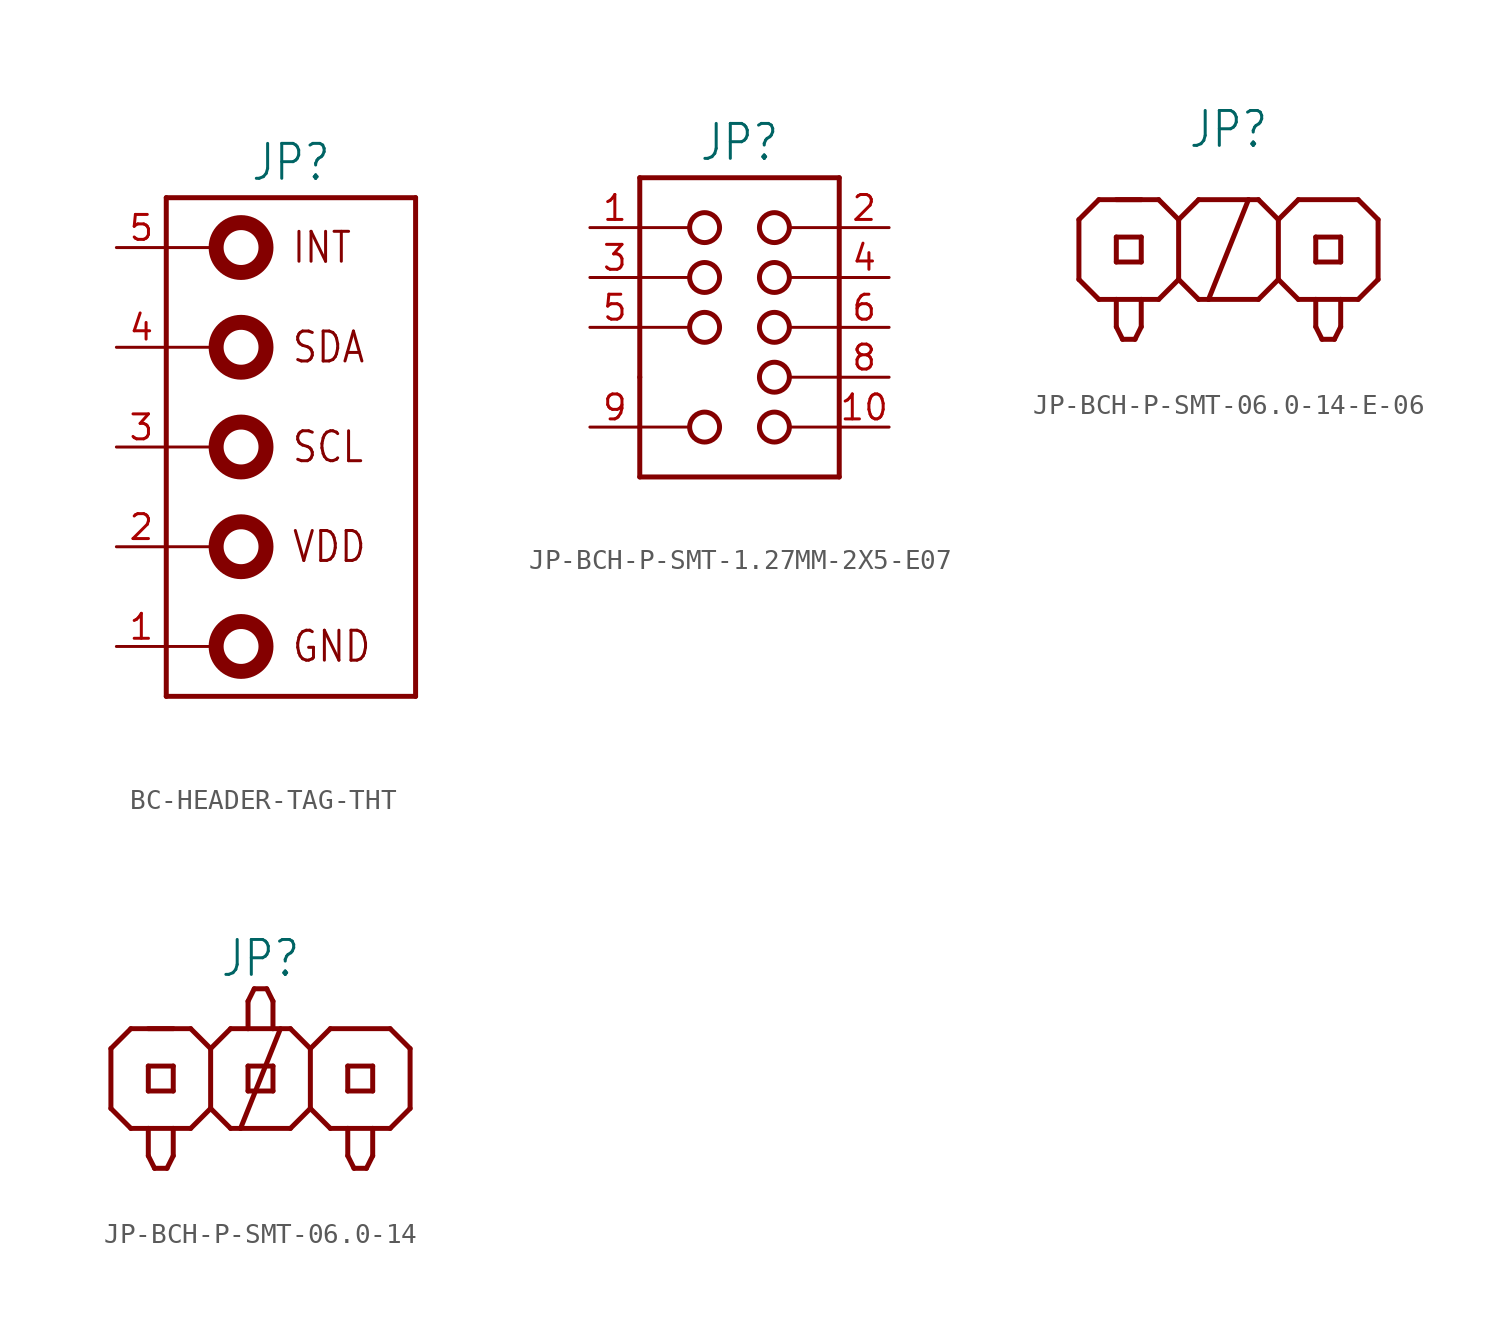
<source format=kicad_sym>
(kicad_symbol_lib
  (version 20231120)
  (generator "kicad_symbol_editor")
  (generator_version "8.0")
  (symbol "BC-HEADER-TAG-THT"
    (property "Reference" "JP"
      (at -1.27 13.462 0)
      (effects (font (size 1.778 1.511)) (justify bottom)))
    (property "Value" ""
      (at -1.27 -13.462 0)
      (effects (font (size 1.778 1.511)) (justify top)))
    (property "ki_locked" ""
      (at 0 0 0)
      (effects (font (size 1.27 1.27))))
    (symbol "BC-HEADER-TAG-THT_1_0"
      (circle (center -3.81 -10.16) (radius 1.27) (stroke (width 0.762) (type solid)) (fill (type none)))
      (circle (center -3.81 -5.08) (radius 1.27) (stroke (width 0.762) (type solid)) (fill (type none)))
      (circle (center -3.81 0) (radius 1.27) (stroke (width 0.762) (type solid)) (fill (type none)))
      (circle (center -3.81 5.08) (radius 1.27) (stroke (width 0.762) (type solid)) (fill (type none)))
      (circle (center -3.81 10.16) (radius 1.27) (stroke (width 0.762) (type solid)) (fill (type none)))
      (polyline (pts (xy -7.62 -12.7) (xy 5.08 -12.7)) (stroke (width 0.254) (type solid)) (fill (type none)))
      (polyline (pts (xy -7.62 -10.16) (xy -5.08 -10.16)) (stroke (width 0.152) (type solid)) (fill (type none)))
      (polyline (pts (xy -7.62 -5.08) (xy -5.08 -5.08)) (stroke (width 0.152) (type solid)) (fill (type none)))
      (polyline (pts (xy -7.62 0) (xy -5.08 0)) (stroke (width 0.152) (type solid)) (fill (type none)))
      (polyline (pts (xy -7.62 5.08) (xy -5.08 5.08)) (stroke (width 0.152) (type solid)) (fill (type none)))
      (polyline (pts (xy -7.62 10.16) (xy -5.08 10.16)) (stroke (width 0.152) (type solid)) (fill (type none)))
      (polyline (pts (xy -7.62 12.7) (xy -7.62 -12.7)) (stroke (width 0.254) (type solid)) (fill (type none)))
      (polyline (pts (xy 5.08 -12.7) (xy 5.08 12.7)) (stroke (width 0.254) (type solid)) (fill (type none)))
      (polyline (pts (xy 5.08 12.7) (xy -7.62 12.7)) (stroke (width 0.254) (type solid)) (fill (type none)))
      (text "GND" (at -1.27 -10.16 0) (effects (font (size 1.524 1.295)) (justify left)))
      (text "INT" (at -1.27 10.16 0) (effects (font (size 1.524 1.295)) (justify left)))
      (text "SCL" (at -1.27 0 0) (effects (font (size 1.524 1.295)) (justify left)))
      (text "SDA" (at -1.27 5.08 0) (effects (font (size 1.524 1.295)) (justify left)))
      (text "VDD" (at -1.27 -5.08 0) (effects (font (size 1.524 1.295)) (justify left)))
      (pin passive line (at -10.16 -10.16 0) (length 2.54) (name "GND" (effects (font (size 0 0)))) (number "1" (effects (font (size 1.27 1.27)))))
      (pin passive line (at -10.16 -5.08 0) (length 2.54) (name "VDD" (effects (font (size 0 0)))) (number "2" (effects (font (size 1.27 1.27)))))
      (pin passive line (at -10.16 0 0) (length 2.54) (name "SCL" (effects (font (size 0 0)))) (number "3" (effects (font (size 1.27 1.27)))))
      (pin passive line (at -10.16 5.08 0) (length 2.54) (name "SDA" (effects (font (size 0 0)))) (number "4" (effects (font (size 1.27 1.27)))))
      (pin passive line (at -10.16 10.16 0) (length 2.54) (name "INT" (effects (font (size 0 0)))) (number "5" (effects (font (size 1.27 1.27)))))))
  (symbol "JP-BCH-P-SMT-1.27MM-2X5-E07"
    (property "Reference" "JP"
      (at 0 8.382 0)
      (effects (font (size 1.778 1.511)) (justify bottom)))
    (property "Value" ""
      (at 0 -8.382 0)
      (effects (font (size 1.778 1.511)) (justify top)))
    (property "ki_locked" ""
      (at 0 0 0)
      (effects (font (size 1.27 1.27))))
    (symbol "JP-BCH-P-SMT-1.27MM-2X5-E07_1_0"
      (circle (center -1.778 -5.08) (radius 0.762) (stroke (width 0.254) (type solid)) (fill (type none)))
      (circle (center -1.778 0) (radius 0.762) (stroke (width 0.254) (type solid)) (fill (type none)))
      (circle (center -1.778 2.54) (radius 0.762) (stroke (width 0.254) (type solid)) (fill (type none)))
      (circle (center -1.778 5.08) (radius 0.762) (stroke (width 0.254) (type solid)) (fill (type none)))
      (polyline (pts (xy -5.08 -7.62) (xy -5.08 -5.08)) (stroke (width 0.254) (type solid)) (fill (type none)))
      (polyline (pts (xy -5.08 -5.08) (xy -5.08 -2.54)) (stroke (width 0.254) (type solid)) (fill (type none)))
      (polyline (pts (xy -5.08 -5.08) (xy -2.54 -5.08)) (stroke (width 0.152) (type solid)) (fill (type none)))
      (polyline (pts (xy -5.08 -2.54) (xy -5.08 0)) (stroke (width 0.254) (type solid)) (fill (type none)))
      (polyline (pts (xy -5.08 0) (xy -5.08 2.54)) (stroke (width 0.254) (type solid)) (fill (type none)))
      (polyline (pts (xy -5.08 0) (xy -2.54 0)) (stroke (width 0.152) (type solid)) (fill (type none)))
      (polyline (pts (xy -5.08 2.54) (xy -5.08 5.08)) (stroke (width 0.254) (type solid)) (fill (type none)))
      (polyline (pts (xy -5.08 2.54) (xy -2.54 2.54)) (stroke (width 0.152) (type solid)) (fill (type none)))
      (polyline (pts (xy -5.08 5.08) (xy -5.08 7.62)) (stroke (width 0.254) (type solid)) (fill (type none)))
      (polyline (pts (xy -5.08 5.08) (xy -2.54 5.08)) (stroke (width 0.152) (type solid)) (fill (type none)))
      (polyline (pts (xy -5.08 7.62) (xy 5.08 7.62)) (stroke (width 0.254) (type solid)) (fill (type none)))
      (polyline (pts (xy 2.54 -5.08) (xy 5.08 -5.08)) (stroke (width 0.152) (type solid)) (fill (type none)))
      (polyline (pts (xy 2.54 -2.54) (xy 5.08 -2.54)) (stroke (width 0.152) (type solid)) (fill (type none)))
      (polyline (pts (xy 2.54 0) (xy 5.08 0)) (stroke (width 0.152) (type solid)) (fill (type none)))
      (polyline (pts (xy 2.54 2.54) (xy 5.08 2.54)) (stroke (width 0.152) (type solid)) (fill (type none)))
      (polyline (pts (xy 2.54 5.08) (xy 5.08 5.08)) (stroke (width 0.152) (type solid)) (fill (type none)))
      (polyline (pts (xy 5.08 -7.62) (xy -5.08 -7.62)) (stroke (width 0.254) (type solid)) (fill (type none)))
      (polyline (pts (xy 5.08 -5.08) (xy 5.08 -7.62)) (stroke (width 0.254) (type solid)) (fill (type none)))
      (polyline (pts (xy 5.08 -2.54) (xy 5.08 -5.08)) (stroke (width 0.254) (type solid)) (fill (type none)))
      (polyline (pts (xy 5.08 0) (xy 5.08 -2.54)) (stroke (width 0.254) (type solid)) (fill (type none)))
      (polyline (pts (xy 5.08 2.54) (xy 5.08 0)) (stroke (width 0.254) (type solid)) (fill (type none)))
      (polyline (pts (xy 5.08 5.08) (xy 5.08 2.54)) (stroke (width 0.254) (type solid)) (fill (type none)))
      (polyline (pts (xy 5.08 7.62) (xy 5.08 5.08)) (stroke (width 0.254) (type solid)) (fill (type none)))
      (circle (center 1.778 -5.08) (radius 0.762) (stroke (width 0.254) (type solid)) (fill (type none)))
      (circle (center 1.778 -2.54) (radius 0.762) (stroke (width 0.254) (type solid)) (fill (type none)))
      (circle (center 1.778 0) (radius 0.762) (stroke (width 0.254) (type solid)) (fill (type none)))
      (circle (center 1.778 2.54) (radius 0.762) (stroke (width 0.254) (type solid)) (fill (type none)))
      (circle (center 1.778 5.08) (radius 0.762) (stroke (width 0.254) (type solid)) (fill (type none)))
      (pin passive line (at -7.62 5.08 0) (length 2.54) (name "1" (effects (font (size 0 0)))) (number "1" (effects (font (size 1.27 1.27)))))
      (pin passive line (at 7.62 -5.08 180) (length 2.54) (name "10" (effects (font (size 0 0)))) (number "10" (effects (font (size 1.27 1.27)))))
      (pin passive line (at 7.62 5.08 180) (length 2.54) (name "2" (effects (font (size 0 0)))) (number "2" (effects (font (size 1.27 1.27)))))
      (pin passive line (at -7.62 2.54 0) (length 2.54) (name "3" (effects (font (size 0 0)))) (number "3" (effects (font (size 1.27 1.27)))))
      (pin passive line (at 7.62 2.54 180) (length 2.54) (name "4" (effects (font (size 0 0)))) (number "4" (effects (font (size 1.27 1.27)))))
      (pin passive line (at -7.62 0 0) (length 2.54) (name "5" (effects (font (size 0 0)))) (number "5" (effects (font (size 1.27 1.27)))))
      (pin passive line (at 7.62 0 180) (length 2.54) (name "6" (effects (font (size 0 0)))) (number "6" (effects (font (size 1.27 1.27)))))
      (pin passive line (at 7.62 -2.54 180) (length 2.54) (name "8" (effects (font (size 0 0)))) (number "8" (effects (font (size 1.27 1.27)))))
      (pin passive line (at -7.62 -5.08 0) (length 2.54) (name "9" (effects (font (size 0 0)))) (number "9" (effects (font (size 1.27 1.27)))))))
  (symbol "JP-BCH-P-SMT-06.0-14-E-06"
    (property "Reference" "JP"
      (at 0 5.08 0)
      (effects (font (size 1.778 1.511)) (justify bottom)))
    (property "Value" ""
      (at 0 -5.08 0)
      (effects (font (size 1.778 1.511)) (justify top)))
    (property "ki_locked" ""
      (at 0 0 0)
      (effects (font (size 1.27 1.27))))
    (symbol "JP-BCH-P-SMT-06.0-14-E-06_1_0"
      (polyline (pts (xy -7.62 -1.524) (xy -6.604 -2.54)) (stroke (width 0.254) (type solid)) (fill (type none)))
      (polyline (pts (xy -7.62 1.524) (xy -7.62 -1.524)) (stroke (width 0.254) (type solid)) (fill (type none)))
      (polyline (pts (xy -6.604 -2.54) (xy -5.715 -2.54)) (stroke (width 0.254) (type solid)) (fill (type none)))
      (polyline (pts (xy -6.604 2.54) (xy -7.62 1.524)) (stroke (width 0.254) (type solid)) (fill (type none)))
      (polyline (pts (xy -5.715 -3.937) (xy -5.715 -2.54)) (stroke (width 0.254) (type solid)) (fill (type none)))
      (polyline (pts (xy -5.715 -2.54) (xy -4.445 -2.54)) (stroke (width 0.254) (type solid)) (fill (type none)))
      (polyline (pts (xy -5.715 -0.635) (xy -4.445 -0.635)) (stroke (width 0.254) (type solid)) (fill (type none)))
      (polyline (pts (xy -5.715 0.635) (xy -5.715 -0.635)) (stroke (width 0.254) (type solid)) (fill (type none)))
      (polyline (pts (xy -5.397 -4.572) (xy -5.715 -3.937)) (stroke (width 0.254) (type solid)) (fill (type none)))
      (polyline (pts (xy -4.763 -4.572) (xy -5.397 -4.572)) (stroke (width 0.254) (type solid)) (fill (type none)))
      (polyline (pts (xy -4.445 -3.937) (xy -4.763 -4.572)) (stroke (width 0.254) (type solid)) (fill (type none)))
      (polyline (pts (xy -4.445 -2.54) (xy -4.445 -3.937)) (stroke (width 0.254) (type solid)) (fill (type none)))
      (polyline (pts (xy -4.445 -2.54) (xy -3.556 -2.54)) (stroke (width 0.254) (type solid)) (fill (type none)))
      (polyline (pts (xy -4.445 -0.635) (xy -4.445 0.635)) (stroke (width 0.254) (type solid)) (fill (type none)))
      (polyline (pts (xy -4.445 0.635) (xy -5.715 0.635)) (stroke (width 0.254) (type solid)) (fill (type none)))
      (polyline (pts (xy -4.445 2.54) (xy -5.715 2.54)) (stroke (width 0.254) (type solid)) (fill (type none)))
      (polyline (pts (xy -3.556 -2.54) (xy -2.54 -1.524)) (stroke (width 0.254) (type solid)) (fill (type none)))
      (polyline (pts (xy -3.556 2.54) (xy -6.604 2.54)) (stroke (width 0.254) (type solid)) (fill (type none)))
      (polyline (pts (xy -2.54 -1.524) (xy -2.54 1.524)) (stroke (width 0.254) (type solid)) (fill (type none)))
      (polyline (pts (xy -2.54 -1.524) (xy -1.524 -2.54)) (stroke (width 0.254) (type solid)) (fill (type none)))
      (polyline (pts (xy -2.54 1.524) (xy -3.556 2.54)) (stroke (width 0.254) (type solid)) (fill (type none)))
      (polyline (pts (xy -1.524 -2.54) (xy -1.016 -2.54)) (stroke (width 0.254) (type solid)) (fill (type none)))
      (polyline (pts (xy -1.524 2.54) (xy -2.54 1.524)) (stroke (width 0.254) (type solid)) (fill (type none)))
      (polyline (pts (xy -1.016 -2.54) (xy 1.016 2.54)) (stroke (width 0.254) (type solid)) (fill (type none)))
      (polyline (pts (xy -1.016 -2.54) (xy 1.524 -2.54)) (stroke (width 0.254) (type solid)) (fill (type none)))
      (polyline (pts (xy 1.016 2.54) (xy -1.524 2.54)) (stroke (width 0.254) (type solid)) (fill (type none)))
      (polyline (pts (xy 1.524 -2.54) (xy 2.54 -1.524)) (stroke (width 0.254) (type solid)) (fill (type none)))
      (polyline (pts (xy 1.524 2.54) (xy 1.016 2.54)) (stroke (width 0.254) (type solid)) (fill (type none)))
      (polyline (pts (xy 2.54 -1.524) (xy 3.556 -2.54)) (stroke (width 0.254) (type solid)) (fill (type none)))
      (polyline (pts (xy 2.54 1.524) (xy 1.524 2.54)) (stroke (width 0.254) (type solid)) (fill (type none)))
      (polyline (pts (xy 2.54 1.524) (xy 2.54 -1.524)) (stroke (width 0.254) (type solid)) (fill (type none)))
      (polyline (pts (xy 3.556 -2.54) (xy 4.445 -2.54)) (stroke (width 0.254) (type solid)) (fill (type none)))
      (polyline (pts (xy 3.556 2.54) (xy 2.54 1.524)) (stroke (width 0.254) (type solid)) (fill (type none)))
      (polyline (pts (xy 4.445 -3.937) (xy 4.445 -2.54)) (stroke (width 0.254) (type solid)) (fill (type none)))
      (polyline (pts (xy 4.445 -2.54) (xy 5.715 -2.54)) (stroke (width 0.254) (type solid)) (fill (type none)))
      (polyline (pts (xy 4.445 -0.635) (xy 5.715 -0.635)) (stroke (width 0.254) (type solid)) (fill (type none)))
      (polyline (pts (xy 4.445 0.635) (xy 4.445 -0.635)) (stroke (width 0.254) (type solid)) (fill (type none)))
      (polyline (pts (xy 4.763 -4.572) (xy 4.445 -3.937)) (stroke (width 0.254) (type solid)) (fill (type none)))
      (polyline (pts (xy 5.397 -4.572) (xy 4.763 -4.572)) (stroke (width 0.254) (type solid)) (fill (type none)))
      (polyline (pts (xy 5.715 -3.937) (xy 5.397 -4.572)) (stroke (width 0.254) (type solid)) (fill (type none)))
      (polyline (pts (xy 5.715 -2.54) (xy 5.715 -3.937)) (stroke (width 0.254) (type solid)) (fill (type none)))
      (polyline (pts (xy 5.715 -2.54) (xy 6.604 -2.54)) (stroke (width 0.254) (type solid)) (fill (type none)))
      (polyline (pts (xy 5.715 -0.635) (xy 5.715 0.635)) (stroke (width 0.254) (type solid)) (fill (type none)))
      (polyline (pts (xy 5.715 0.635) (xy 4.445 0.635)) (stroke (width 0.254) (type solid)) (fill (type none)))
      (polyline (pts (xy 6.604 -2.54) (xy 7.62 -1.524)) (stroke (width 0.254) (type solid)) (fill (type none)))
      (polyline (pts (xy 6.604 2.54) (xy 3.556 2.54)) (stroke (width 0.254) (type solid)) (fill (type none)))
      (polyline (pts (xy 7.62 1.524) (xy 6.604 2.54)) (stroke (width 0.254) (type solid)) (fill (type none)))
      (polyline (pts (xy 7.62 1.524) (xy 7.62 -1.524)) (stroke (width 0.254) (type solid)) (fill (type none)))))
  (symbol "JP-BCH-P-SMT-06.0-14"
    (property "Reference" "JP"
      (at 0 5.08 0)
      (effects (font (size 1.778 1.511)) (justify bottom)))
    (property "Value" ""
      (at 0 -5.08 0)
      (effects (font (size 1.778 1.511)) (justify top)))
    (property "ki_locked" ""
      (at 0 0 0)
      (effects (font (size 1.27 1.27))))
    (symbol "JP-BCH-P-SMT-06.0-14_1_0"
      (polyline (pts (xy -7.62 -1.524) (xy -6.604 -2.54)) (stroke (width 0.254) (type solid)) (fill (type none)))
      (polyline (pts (xy -7.62 1.524) (xy -7.62 -1.524)) (stroke (width 0.254) (type solid)) (fill (type none)))
      (polyline (pts (xy -6.604 -2.54) (xy -5.715 -2.54)) (stroke (width 0.254) (type solid)) (fill (type none)))
      (polyline (pts (xy -6.604 2.54) (xy -7.62 1.524)) (stroke (width 0.254) (type solid)) (fill (type none)))
      (polyline (pts (xy -5.715 -3.937) (xy -5.715 -2.54)) (stroke (width 0.254) (type solid)) (fill (type none)))
      (polyline (pts (xy -5.715 -2.54) (xy -4.445 -2.54)) (stroke (width 0.254) (type solid)) (fill (type none)))
      (polyline (pts (xy -5.715 -0.635) (xy -4.445 -0.635)) (stroke (width 0.254) (type solid)) (fill (type none)))
      (polyline (pts (xy -5.715 0.635) (xy -5.715 -0.635)) (stroke (width 0.254) (type solid)) (fill (type none)))
      (polyline (pts (xy -5.397 -4.572) (xy -5.715 -3.937)) (stroke (width 0.254) (type solid)) (fill (type none)))
      (polyline (pts (xy -4.763 -4.572) (xy -5.397 -4.572)) (stroke (width 0.254) (type solid)) (fill (type none)))
      (polyline (pts (xy -4.445 -3.937) (xy -4.763 -4.572)) (stroke (width 0.254) (type solid)) (fill (type none)))
      (polyline (pts (xy -4.445 -2.54) (xy -4.445 -3.937)) (stroke (width 0.254) (type solid)) (fill (type none)))
      (polyline (pts (xy -4.445 -2.54) (xy -3.556 -2.54)) (stroke (width 0.254) (type solid)) (fill (type none)))
      (polyline (pts (xy -4.445 -0.635) (xy -4.445 0.635)) (stroke (width 0.254) (type solid)) (fill (type none)))
      (polyline (pts (xy -4.445 0.635) (xy -5.715 0.635)) (stroke (width 0.254) (type solid)) (fill (type none)))
      (polyline (pts (xy -4.445 2.54) (xy -5.715 2.54)) (stroke (width 0.254) (type solid)) (fill (type none)))
      (polyline (pts (xy -3.556 -2.54) (xy -2.54 -1.524)) (stroke (width 0.254) (type solid)) (fill (type none)))
      (polyline (pts (xy -3.556 2.54) (xy -6.604 2.54)) (stroke (width 0.254) (type solid)) (fill (type none)))
      (polyline (pts (xy -2.54 -1.524) (xy -2.54 1.524)) (stroke (width 0.254) (type solid)) (fill (type none)))
      (polyline (pts (xy -2.54 -1.524) (xy -1.524 -2.54)) (stroke (width 0.254) (type solid)) (fill (type none)))
      (polyline (pts (xy -2.54 1.524) (xy -3.556 2.54)) (stroke (width 0.254) (type solid)) (fill (type none)))
      (polyline (pts (xy -1.524 -2.54) (xy -1.016 -2.54)) (stroke (width 0.254) (type solid)) (fill (type none)))
      (polyline (pts (xy -1.524 2.54) (xy -2.54 1.524)) (stroke (width 0.254) (type solid)) (fill (type none)))
      (polyline (pts (xy -1.016 -2.54) (xy 1.016 2.54)) (stroke (width 0.254) (type solid)) (fill (type none)))
      (polyline (pts (xy -1.016 -2.54) (xy 1.524 -2.54)) (stroke (width 0.254) (type solid)) (fill (type none)))
      (polyline (pts (xy -0.635 -0.635) (xy 0.635 -0.635)) (stroke (width 0.254) (type solid)) (fill (type none)))
      (polyline (pts (xy -0.635 0.635) (xy -0.635 -0.635)) (stroke (width 0.254) (type solid)) (fill (type none)))
      (polyline (pts (xy -0.635 2.54) (xy -1.524 2.54)) (stroke (width 0.254) (type solid)) (fill (type none)))
      (polyline (pts (xy -0.635 2.54) (xy -0.635 3.937)) (stroke (width 0.254) (type solid)) (fill (type none)))
      (polyline (pts (xy -0.635 3.937) (xy -0.318 4.572)) (stroke (width 0.254) (type solid)) (fill (type none)))
      (polyline (pts (xy -0.318 4.572) (xy 0.318 4.572)) (stroke (width 0.254) (type solid)) (fill (type none)))
      (polyline (pts (xy 0.318 4.572) (xy 0.635 3.937)) (stroke (width 0.254) (type solid)) (fill (type none)))
      (polyline (pts (xy 0.635 -0.635) (xy 0.635 0.635)) (stroke (width 0.254) (type solid)) (fill (type none)))
      (polyline (pts (xy 0.635 0.635) (xy -0.635 0.635)) (stroke (width 0.254) (type solid)) (fill (type none)))
      (polyline (pts (xy 0.635 2.54) (xy -0.635 2.54)) (stroke (width 0.254) (type solid)) (fill (type none)))
      (polyline (pts (xy 0.635 3.937) (xy 0.635 2.54)) (stroke (width 0.254) (type solid)) (fill (type none)))
      (polyline (pts (xy 1.524 -2.54) (xy 2.54 -1.524)) (stroke (width 0.254) (type solid)) (fill (type none)))
      (polyline (pts (xy 1.524 2.54) (xy 0.635 2.54)) (stroke (width 0.254) (type solid)) (fill (type none)))
      (polyline (pts (xy 2.54 -1.524) (xy 3.556 -2.54)) (stroke (width 0.254) (type solid)) (fill (type none)))
      (polyline (pts (xy 2.54 1.524) (xy 1.524 2.54)) (stroke (width 0.254) (type solid)) (fill (type none)))
      (polyline (pts (xy 2.54 1.524) (xy 2.54 -1.524)) (stroke (width 0.254) (type solid)) (fill (type none)))
      (polyline (pts (xy 3.556 -2.54) (xy 4.445 -2.54)) (stroke (width 0.254) (type solid)) (fill (type none)))
      (polyline (pts (xy 3.556 2.54) (xy 2.54 1.524)) (stroke (width 0.254) (type solid)) (fill (type none)))
      (polyline (pts (xy 4.445 -3.937) (xy 4.445 -2.54)) (stroke (width 0.254) (type solid)) (fill (type none)))
      (polyline (pts (xy 4.445 -2.54) (xy 5.715 -2.54)) (stroke (width 0.254) (type solid)) (fill (type none)))
      (polyline (pts (xy 4.445 -0.635) (xy 5.715 -0.635)) (stroke (width 0.254) (type solid)) (fill (type none)))
      (polyline (pts (xy 4.445 0.635) (xy 4.445 -0.635)) (stroke (width 0.254) (type solid)) (fill (type none)))
      (polyline (pts (xy 4.763 -4.572) (xy 4.445 -3.937)) (stroke (width 0.254) (type solid)) (fill (type none)))
      (polyline (pts (xy 5.397 -4.572) (xy 4.763 -4.572)) (stroke (width 0.254) (type solid)) (fill (type none)))
      (polyline (pts (xy 5.715 -3.937) (xy 5.397 -4.572)) (stroke (width 0.254) (type solid)) (fill (type none)))
      (polyline (pts (xy 5.715 -2.54) (xy 5.715 -3.937)) (stroke (width 0.254) (type solid)) (fill (type none)))
      (polyline (pts (xy 5.715 -2.54) (xy 6.604 -2.54)) (stroke (width 0.254) (type solid)) (fill (type none)))
      (polyline (pts (xy 5.715 -0.635) (xy 5.715 0.635)) (stroke (width 0.254) (type solid)) (fill (type none)))
      (polyline (pts (xy 5.715 0.635) (xy 4.445 0.635)) (stroke (width 0.254) (type solid)) (fill (type none)))
      (polyline (pts (xy 6.604 -2.54) (xy 7.62 -1.524)) (stroke (width 0.254) (type solid)) (fill (type none)))
      (polyline (pts (xy 6.604 2.54) (xy 3.556 2.54)) (stroke (width 0.254) (type solid)) (fill (type none)))
      (polyline (pts (xy 7.62 1.524) (xy 6.604 2.54)) (stroke (width 0.254) (type solid)) (fill (type none)))
      (polyline (pts (xy 7.62 1.524) (xy 7.62 -1.524)) (stroke (width 0.254) (type solid)) (fill (type none))))))
</source>
